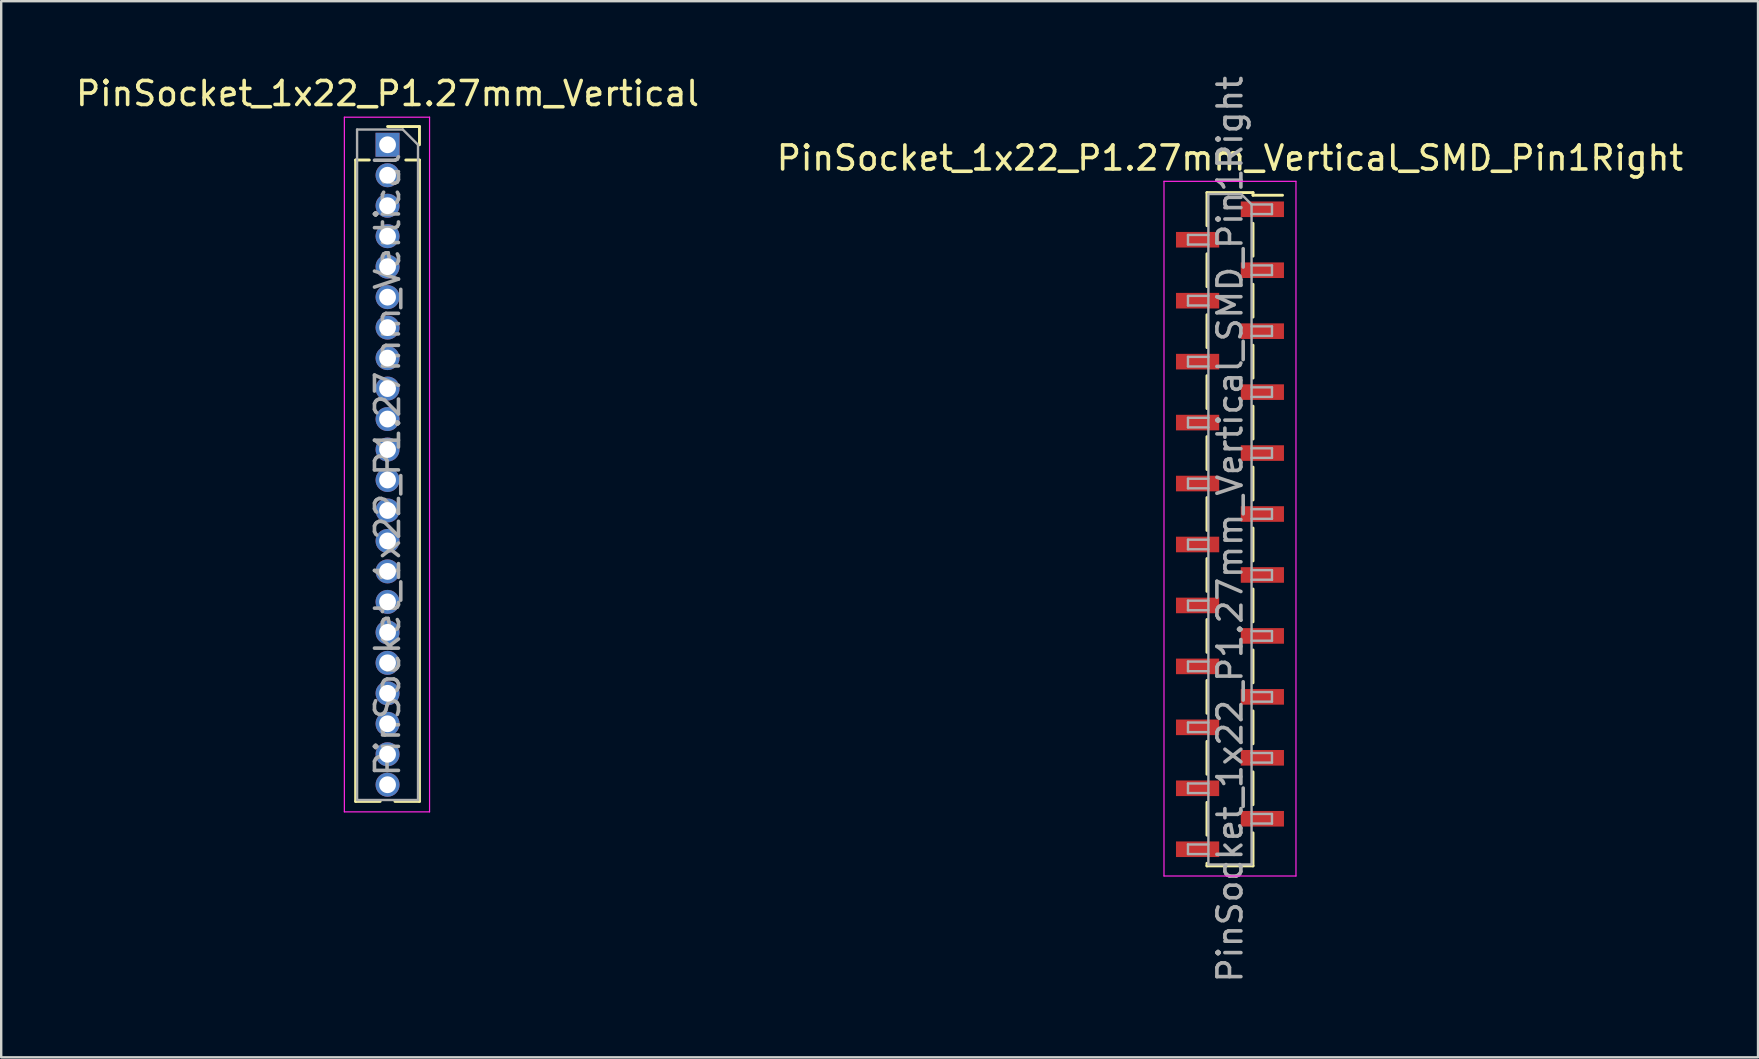
<source format=kicad_pcb>
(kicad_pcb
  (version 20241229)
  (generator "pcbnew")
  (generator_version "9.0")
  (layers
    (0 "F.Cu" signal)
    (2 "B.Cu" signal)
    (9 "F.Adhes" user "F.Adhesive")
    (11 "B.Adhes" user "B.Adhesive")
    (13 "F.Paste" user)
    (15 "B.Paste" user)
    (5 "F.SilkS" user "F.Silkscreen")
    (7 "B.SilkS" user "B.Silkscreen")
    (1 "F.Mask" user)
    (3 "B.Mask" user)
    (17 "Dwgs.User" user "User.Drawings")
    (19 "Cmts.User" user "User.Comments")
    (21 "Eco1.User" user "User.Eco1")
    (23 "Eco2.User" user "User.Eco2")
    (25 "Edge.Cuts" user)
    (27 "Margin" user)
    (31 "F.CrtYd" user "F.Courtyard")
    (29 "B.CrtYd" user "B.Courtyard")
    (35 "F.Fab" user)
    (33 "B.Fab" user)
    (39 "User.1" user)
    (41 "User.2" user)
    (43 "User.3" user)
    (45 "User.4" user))
  (footprint "PinSocket_1x22_P1.27mm_Vertical"
    (layer "F.Cu")
    (at 13.101 2.983)
    (property "Reference" "PinSocket_1x22_P1.27mm_Vertical" (at 0 -2.135 0) (layer "F.SilkS") (effects (font (size 1 1) (thickness 0.15))))
    (attr through_hole)
    (fp_line (start -1.33 0.635) (end -1.33 27.365) (stroke (width 0.12) (type solid)) (layer "F.SilkS"))
    (fp_line (start -1.33 0.635) (end -0.76 0.635) (stroke (width 0.12) (type solid)) (layer "F.SilkS"))
    (fp_line (start -1.33 27.365) (end -0.308 27.365) (stroke (width 0.12) (type solid)) (layer "F.SilkS"))
    (fp_line (start 0 -0.76) (end 1.33 -0.76) (stroke (width 0.12) (type solid)) (layer "F.SilkS"))
    (fp_line (start 0.308 27.365) (end 1.33 27.365) (stroke (width 0.12) (type solid)) (layer "F.SilkS"))
    (fp_line (start 0.76 0.635) (end 1.33 0.635) (stroke (width 0.12) (type solid)) (layer "F.SilkS"))
    (fp_line (start 1.33 -0.76) (end 1.33 0) (stroke (width 0.12) (type solid)) (layer "F.SilkS"))
    (fp_line (start 1.33 0.635) (end 1.33 27.365) (stroke (width 0.12) (type solid)) (layer "F.SilkS"))
    (fp_line (start -1.8 -1.15) (end 1.75 -1.15) (stroke (width 0.05) (type solid)) (layer "F.CrtYd"))
    (fp_line (start -1.8 27.8) (end -1.8 -1.15) (stroke (width 0.05) (type solid)) (layer "F.CrtYd"))
    (fp_line (start 1.75 -1.15) (end 1.75 27.8) (stroke (width 0.05) (type solid)) (layer "F.CrtYd"))
    (fp_line (start 1.75 27.8) (end -1.8 27.8) (stroke (width 0.05) (type solid)) (layer "F.CrtYd"))
    (fp_line (start -1.27 -0.635) (end 0.635 -0.635) (stroke (width 0.1) (type solid)) (layer "F.Fab"))
    (fp_line (start -1.27 27.305) (end -1.27 -0.635) (stroke (width 0.1) (type solid)) (layer "F.Fab"))
    (fp_line (start 0.635 -0.635) (end 1.27 0) (stroke (width 0.1) (type solid)) (layer "F.Fab"))
    (fp_line (start 1.27 0) (end 1.27 27.305) (stroke (width 0.1) (type solid)) (layer "F.Fab"))
    (fp_line (start 1.27 27.305) (end -1.27 27.305) (stroke (width 0.1) (type solid)) (layer "F.Fab"))
    (fp_text user "${REFERENCE}" (at 0 13.335 90) (layer "F.Fab") (effects (font (size 1 1) (thickness 0.15))))
    (pad "1" thru_hole rect (at 0 0) (size 1 1) (drill 0.7) (layers "*.Cu" "*.Mask"))
    (pad "2" thru_hole oval (at 0 1.27) (size 1 1) (drill 0.7) (layers "*.Cu" "*.Mask"))
    (pad "3" thru_hole oval (at 0 2.54) (size 1 1) (drill 0.7) (layers "*.Cu" "*.Mask"))
    (pad "4" thru_hole oval (at 0 3.81) (size 1 1) (drill 0.7) (layers "*.Cu" "*.Mask"))
    (pad "5" thru_hole oval (at 0 5.08) (size 1 1) (drill 0.7) (layers "*.Cu" "*.Mask"))
    (pad "6" thru_hole oval (at 0 6.35) (size 1 1) (drill 0.7) (layers "*.Cu" "*.Mask"))
    (pad "7" thru_hole oval (at 0 7.62) (size 1 1) (drill 0.7) (layers "*.Cu" "*.Mask"))
    (pad "8" thru_hole oval (at 0 8.89) (size 1 1) (drill 0.7) (layers "*.Cu" "*.Mask"))
    (pad "9" thru_hole oval (at 0 10.16) (size 1 1) (drill 0.7) (layers "*.Cu" "*.Mask"))
    (pad "10" thru_hole oval (at 0 11.43) (size 1 1) (drill 0.7) (layers "*.Cu" "*.Mask"))
    (pad "11" thru_hole oval (at 0 12.7) (size 1 1) (drill 0.7) (layers "*.Cu" "*.Mask"))
    (pad "12" thru_hole oval (at 0 13.97) (size 1 1) (drill 0.7) (layers "*.Cu" "*.Mask"))
    (pad "13" thru_hole oval (at 0 15.24) (size 1 1) (drill 0.7) (layers "*.Cu" "*.Mask"))
    (pad "14" thru_hole oval (at 0 16.51) (size 1 1) (drill 0.7) (layers "*.Cu" "*.Mask"))
    (pad "15" thru_hole oval (at 0 17.78) (size 1 1) (drill 0.7) (layers "*.Cu" "*.Mask"))
    (pad "16" thru_hole oval (at 0 19.05) (size 1 1) (drill 0.7) (layers "*.Cu" "*.Mask"))
    (pad "17" thru_hole oval (at 0 20.32) (size 1 1) (drill 0.7) (layers "*.Cu" "*.Mask"))
    (pad "18" thru_hole oval (at 0 21.59) (size 1 1) (drill 0.7) (layers "*.Cu" "*.Mask"))
    (pad "19" thru_hole oval (at 0 22.86) (size 1 1) (drill 0.7) (layers "*.Cu" "*.Mask"))
    (pad "20" thru_hole oval (at 0 24.13) (size 1 1) (drill 0.7) (layers "*.Cu" "*.Mask"))
    (pad "21" thru_hole oval (at 0 25.4) (size 1 1) (drill 0.7) (layers "*.Cu" "*.Mask"))
    (pad "22" thru_hole oval (at 0 26.67) (size 1 1) (drill 0.7) (layers "*.Cu" "*.Mask")))
  (footprint "PinSocket_1x22_P1.27mm_Vertical_SMD_Pin1Right"
    (layer "F.Cu")
    (at 48.208 19.006)
    (property "Reference" "PinSocket_1x22_P1.27mm_Vertical_SMD_Pin1Right" (at 0 -15.47 0) (layer "F.SilkS") (effects (font (size 1 1) (thickness 0.15))))
    (attr smd)
    (fp_line (start -0.96 -14.03) (end -0.96 -12.65) (stroke (width 0.12) (type solid)) (layer "F.SilkS"))
    (fp_line (start -0.96 -14.03) (end 0.96 -14.03) (stroke (width 0.12) (type solid)) (layer "F.SilkS"))
    (fp_line (start -0.96 -11.48) (end -0.96 -10.11) (stroke (width 0.12) (type solid)) (layer "F.SilkS"))
    (fp_line (start -0.96 -8.94) (end -0.96 -7.57) (stroke (width 0.12) (type solid)) (layer "F.SilkS"))
    (fp_line (start -0.96 -6.4) (end -0.96 -5.03) (stroke (width 0.12) (type solid)) (layer "F.SilkS"))
    (fp_line (start -0.96 -3.86) (end -0.96 -2.49) (stroke (width 0.12) (type solid)) (layer "F.SilkS"))
    (fp_line (start -0.96 -1.32) (end -0.96 0.05) (stroke (width 0.12) (type solid)) (layer "F.SilkS"))
    (fp_line (start -0.96 1.22) (end -0.96 2.59) (stroke (width 0.12) (type solid)) (layer "F.SilkS"))
    (fp_line (start -0.96 3.76) (end -0.96 5.13) (stroke (width 0.12) (type solid)) (layer "F.SilkS"))
    (fp_line (start -0.96 6.3) (end -0.96 7.67) (stroke (width 0.12) (type solid)) (layer "F.SilkS"))
    (fp_line (start -0.96 8.84) (end -0.96 10.21) (stroke (width 0.12) (type solid)) (layer "F.SilkS"))
    (fp_line (start -0.96 11.38) (end -0.96 12.75) (stroke (width 0.12) (type solid)) (layer "F.SilkS"))
    (fp_line (start -0.96 13.92) (end -0.96 14.03) (stroke (width 0.12) (type solid)) (layer "F.SilkS"))
    (fp_line (start -0.96 14.03) (end 0.96 14.03) (stroke (width 0.12) (type solid)) (layer "F.SilkS"))
    (fp_line (start 0.96 -14.03) (end 0.96 -13.92) (stroke (width 0.12) (type solid)) (layer "F.SilkS"))
    (fp_line (start 0.96 -13.92) (end 2.19 -13.92) (stroke (width 0.12) (type solid)) (layer "F.SilkS"))
    (fp_line (start 0.96 -12.75) (end 0.96 -11.38) (stroke (width 0.12) (type solid)) (layer "F.SilkS"))
    (fp_line (start 0.96 -10.21) (end 0.96 -8.84) (stroke (width 0.12) (type solid)) (layer "F.SilkS"))
    (fp_line (start 0.96 -7.67) (end 0.96 -6.3) (stroke (width 0.12) (type solid)) (layer "F.SilkS"))
    (fp_line (start 0.96 -5.13) (end 0.96 -3.76) (stroke (width 0.12) (type solid)) (layer "F.SilkS"))
    (fp_line (start 0.96 -2.59) (end 0.96 -1.22) (stroke (width 0.12) (type solid)) (layer "F.SilkS"))
    (fp_line (start 0.96 -0.05) (end 0.96 1.32) (stroke (width 0.12) (type solid)) (layer "F.SilkS"))
    (fp_line (start 0.96 2.49) (end 0.96 3.86) (stroke (width 0.12) (type solid)) (layer "F.SilkS"))
    (fp_line (start 0.96 5.03) (end 0.96 6.4) (stroke (width 0.12) (type solid)) (layer "F.SilkS"))
    (fp_line (start 0.96 7.57) (end 0.96 8.94) (stroke (width 0.12) (type solid)) (layer "F.SilkS"))
    (fp_line (start 0.96 10.11) (end 0.96 11.48) (stroke (width 0.12) (type solid)) (layer "F.SilkS"))
    (fp_line (start 0.96 12.65) (end 0.96 14.03) (stroke (width 0.12) (type solid)) (layer "F.SilkS"))
    (fp_line (start -2.75 -14.5) (end 2.75 -14.5) (stroke (width 0.05) (type solid)) (layer "F.CrtYd"))
    (fp_line (start -2.75 14.45) (end -2.75 -14.5) (stroke (width 0.05) (type solid)) (layer "F.CrtYd"))
    (fp_line (start 2.75 -14.5) (end 2.75 14.45) (stroke (width 0.05) (type solid)) (layer "F.CrtYd"))
    (fp_line (start 2.75 14.45) (end -2.75 14.45) (stroke (width 0.05) (type solid)) (layer "F.CrtYd"))
    (fp_line (start -1.75 -12.265) (end -0.9 -12.265) (stroke (width 0.1) (type solid)) (layer "F.Fab"))
    (fp_line (start -1.75 -11.865) (end -1.75 -12.265) (stroke (width 0.1) (type solid)) (layer "F.Fab"))
    (fp_line (start -1.75 -9.725) (end -0.9 -9.725) (stroke (width 0.1) (type solid)) (layer "F.Fab"))
    (fp_line (start -1.75 -9.325) (end -1.75 -9.725) (stroke (width 0.1) (type solid)) (layer "F.Fab"))
    (fp_line (start -1.75 -7.185) (end -0.9 -7.185) (stroke (width 0.1) (type solid)) (layer "F.Fab"))
    (fp_line (start -1.75 -6.785) (end -1.75 -7.185) (stroke (width 0.1) (type solid)) (layer "F.Fab"))
    (fp_line (start -1.75 -4.645) (end -0.9 -4.645) (stroke (width 0.1) (type solid)) (layer "F.Fab"))
    (fp_line (start -1.75 -4.245) (end -1.75 -4.645) (stroke (width 0.1) (type solid)) (layer "F.Fab"))
    (fp_line (start -1.75 -2.105) (end -0.9 -2.105) (stroke (width 0.1) (type solid)) (layer "F.Fab"))
    (fp_line (start -1.75 -1.705) (end -1.75 -2.105) (stroke (width 0.1) (type solid)) (layer "F.Fab"))
    (fp_line (start -1.75 0.435) (end -0.9 0.435) (stroke (width 0.1) (type solid)) (layer "F.Fab"))
    (fp_line (start -1.75 0.835) (end -1.75 0.435) (stroke (width 0.1) (type solid)) (layer "F.Fab"))
    (fp_line (start -1.75 2.975) (end -0.9 2.975) (stroke (width 0.1) (type solid)) (layer "F.Fab"))
    (fp_line (start -1.75 3.375) (end -1.75 2.975) (stroke (width 0.1) (type solid)) (layer "F.Fab"))
    (fp_line (start -1.75 5.515) (end -0.9 5.515) (stroke (width 0.1) (type solid)) (layer "F.Fab"))
    (fp_line (start -1.75 5.915) (end -1.75 5.515) (stroke (width 0.1) (type solid)) (layer "F.Fab"))
    (fp_line (start -1.75 8.055) (end -0.9 8.055) (stroke (width 0.1) (type solid)) (layer "F.Fab"))
    (fp_line (start -1.75 8.455) (end -1.75 8.055) (stroke (width 0.1) (type solid)) (layer "F.Fab"))
    (fp_line (start -1.75 10.595) (end -0.9 10.595) (stroke (width 0.1) (type solid)) (layer "F.Fab"))
    (fp_line (start -1.75 10.995) (end -1.75 10.595) (stroke (width 0.1) (type solid)) (layer "F.Fab"))
    (fp_line (start -1.75 13.135) (end -0.9 13.135) (stroke (width 0.1) (type solid)) (layer "F.Fab"))
    (fp_line (start -1.75 13.535) (end -1.75 13.135) (stroke (width 0.1) (type solid)) (layer "F.Fab"))
    (fp_line (start -0.9 -13.97) (end 0.465 -13.97) (stroke (width 0.1) (type solid)) (layer "F.Fab"))
    (fp_line (start -0.9 -11.865) (end -1.75 -11.865) (stroke (width 0.1) (type solid)) (layer "F.Fab"))
    (fp_line (start -0.9 -9.325) (end -1.75 -9.325) (stroke (width 0.1) (type solid)) (layer "F.Fab"))
    (fp_line (start -0.9 -6.785) (end -1.75 -6.785) (stroke (width 0.1) (type solid)) (layer "F.Fab"))
    (fp_line (start -0.9 -4.245) (end -1.75 -4.245) (stroke (width 0.1) (type solid)) (layer "F.Fab"))
    (fp_line (start -0.9 -1.705) (end -1.75 -1.705) (stroke (width 0.1) (type solid)) (layer "F.Fab"))
    (fp_line (start -0.9 0.835) (end -1.75 0.835) (stroke (width 0.1) (type solid)) (layer "F.Fab"))
    (fp_line (start -0.9 3.375) (end -1.75 3.375) (stroke (width 0.1) (type solid)) (layer "F.Fab"))
    (fp_line (start -0.9 5.915) (end -1.75 5.915) (stroke (width 0.1) (type solid)) (layer "F.Fab"))
    (fp_line (start -0.9 8.455) (end -1.75 8.455) (stroke (width 0.1) (type solid)) (layer "F.Fab"))
    (fp_line (start -0.9 10.995) (end -1.75 10.995) (stroke (width 0.1) (type solid)) (layer "F.Fab"))
    (fp_line (start -0.9 13.535) (end -1.75 13.535) (stroke (width 0.1) (type solid)) (layer "F.Fab"))
    (fp_line (start -0.9 13.97) (end -0.9 -13.97) (stroke (width 0.1) (type solid)) (layer "F.Fab"))
    (fp_line (start 0.465 -13.97) (end 0.9 -13.535) (stroke (width 0.1) (type solid)) (layer "F.Fab"))
    (fp_line (start 0.9 -13.535) (end 0.9 13.97) (stroke (width 0.1) (type solid)) (layer "F.Fab"))
    (fp_line (start 0.9 -13.535) (end 1.75 -13.535) (stroke (width 0.1) (type solid)) (layer "F.Fab"))
    (fp_line (start 0.9 -10.995) (end 1.75 -10.995) (stroke (width 0.1) (type solid)) (layer "F.Fab"))
    (fp_line (start 0.9 -8.455) (end 1.75 -8.455) (stroke (width 0.1) (type solid)) (layer "F.Fab"))
    (fp_line (start 0.9 -5.915) (end 1.75 -5.915) (stroke (width 0.1) (type solid)) (layer "F.Fab"))
    (fp_line (start 0.9 -3.375) (end 1.75 -3.375) (stroke (width 0.1) (type solid)) (layer "F.Fab"))
    (fp_line (start 0.9 -0.835) (end 1.75 -0.835) (stroke (width 0.1) (type solid)) (layer "F.Fab"))
    (fp_line (start 0.9 1.705) (end 1.75 1.705) (stroke (width 0.1) (type solid)) (layer "F.Fab"))
    (fp_line (start 0.9 4.245) (end 1.75 4.245) (stroke (width 0.1) (type solid)) (layer "F.Fab"))
    (fp_line (start 0.9 6.785) (end 1.75 6.785) (stroke (width 0.1) (type solid)) (layer "F.Fab"))
    (fp_line (start 0.9 9.325) (end 1.75 9.325) (stroke (width 0.1) (type solid)) (layer "F.Fab"))
    (fp_line (start 0.9 11.865) (end 1.75 11.865) (stroke (width 0.1) (type solid)) (layer "F.Fab"))
    (fp_line (start 0.9 13.97) (end -0.9 13.97) (stroke (width 0.1) (type solid)) (layer "F.Fab"))
    (fp_line (start 1.75 -13.535) (end 1.75 -13.135) (stroke (width 0.1) (type solid)) (layer "F.Fab"))
    (fp_line (start 1.75 -13.135) (end 0.9 -13.135) (stroke (width 0.1) (type solid)) (layer "F.Fab"))
    (fp_line (start 1.75 -10.995) (end 1.75 -10.595) (stroke (width 0.1) (type solid)) (layer "F.Fab"))
    (fp_line (start 1.75 -10.595) (end 0.9 -10.595) (stroke (width 0.1) (type solid)) (layer "F.Fab"))
    (fp_line (start 1.75 -8.455) (end 1.75 -8.055) (stroke (width 0.1) (type solid)) (layer "F.Fab"))
    (fp_line (start 1.75 -8.055) (end 0.9 -8.055) (stroke (width 0.1) (type solid)) (layer "F.Fab"))
    (fp_line (start 1.75 -5.915) (end 1.75 -5.515) (stroke (width 0.1) (type solid)) (layer "F.Fab"))
    (fp_line (start 1.75 -5.515) (end 0.9 -5.515) (stroke (width 0.1) (type solid)) (layer "F.Fab"))
    (fp_line (start 1.75 -3.375) (end 1.75 -2.975) (stroke (width 0.1) (type solid)) (layer "F.Fab"))
    (fp_line (start 1.75 -2.975) (end 0.9 -2.975) (stroke (width 0.1) (type solid)) (layer "F.Fab"))
    (fp_line (start 1.75 -0.835) (end 1.75 -0.435) (stroke (width 0.1) (type solid)) (layer "F.Fab"))
    (fp_line (start 1.75 -0.435) (end 0.9 -0.435) (stroke (width 0.1) (type solid)) (layer "F.Fab"))
    (fp_line (start 1.75 1.705) (end 1.75 2.105) (stroke (width 0.1) (type solid)) (layer "F.Fab"))
    (fp_line (start 1.75 2.105) (end 0.9 2.105) (stroke (width 0.1) (type solid)) (layer "F.Fab"))
    (fp_line (start 1.75 4.245) (end 1.75 4.645) (stroke (width 0.1) (type solid)) (layer "F.Fab"))
    (fp_line (start 1.75 4.645) (end 0.9 4.645) (stroke (width 0.1) (type solid)) (layer "F.Fab"))
    (fp_line (start 1.75 6.785) (end 1.75 7.185) (stroke (width 0.1) (type solid)) (layer "F.Fab"))
    (fp_line (start 1.75 7.185) (end 0.9 7.185) (stroke (width 0.1) (type solid)) (layer "F.Fab"))
    (fp_line (start 1.75 9.325) (end 1.75 9.725) (stroke (width 0.1) (type solid)) (layer "F.Fab"))
    (fp_line (start 1.75 9.725) (end 0.9 9.725) (stroke (width 0.1) (type solid)) (layer "F.Fab"))
    (fp_line (start 1.75 11.865) (end 1.75 12.265) (stroke (width 0.1) (type solid)) (layer "F.Fab"))
    (fp_line (start 1.75 12.265) (end 0.9 12.265) (stroke (width 0.1) (type solid)) (layer "F.Fab"))
    (fp_text user "${REFERENCE}" (at 0 0 90) (layer "F.Fab") (effects (font (size 1 1) (thickness 0.15))))
    (pad "1" smd rect (at 1.35 -13.335) (size 1.8 0.65) (layers "F.Cu" "F.Mask" "F.Paste"))
    (pad "2" smd rect (at -1.35 -12.065) (size 1.8 0.65) (layers "F.Cu" "F.Mask" "F.Paste"))
    (pad "3" smd rect (at 1.35 -10.795) (size 1.8 0.65) (layers "F.Cu" "F.Mask" "F.Paste"))
    (pad "4" smd rect (at -1.35 -9.525) (size 1.8 0.65) (layers "F.Cu" "F.Mask" "F.Paste"))
    (pad "5" smd rect (at 1.35 -8.255) (size 1.8 0.65) (layers "F.Cu" "F.Mask" "F.Paste"))
    (pad "6" smd rect (at -1.35 -6.985) (size 1.8 0.65) (layers "F.Cu" "F.Mask" "F.Paste"))
    (pad "7" smd rect (at 1.35 -5.715) (size 1.8 0.65) (layers "F.Cu" "F.Mask" "F.Paste"))
    (pad "8" smd rect (at -1.35 -4.445) (size 1.8 0.65) (layers "F.Cu" "F.Mask" "F.Paste"))
    (pad "9" smd rect (at 1.35 -3.175) (size 1.8 0.65) (layers "F.Cu" "F.Mask" "F.Paste"))
    (pad "10" smd rect (at -1.35 -1.905) (size 1.8 0.65) (layers "F.Cu" "F.Mask" "F.Paste"))
    (pad "11" smd rect (at 1.35 -0.635) (size 1.8 0.65) (layers "F.Cu" "F.Mask" "F.Paste"))
    (pad "12" smd rect (at -1.35 0.635) (size 1.8 0.65) (layers "F.Cu" "F.Mask" "F.Paste"))
    (pad "13" smd rect (at 1.35 1.905) (size 1.8 0.65) (layers "F.Cu" "F.Mask" "F.Paste"))
    (pad "14" smd rect (at -1.35 3.175) (size 1.8 0.65) (layers "F.Cu" "F.Mask" "F.Paste"))
    (pad "15" smd rect (at 1.35 4.445) (size 1.8 0.65) (layers "F.Cu" "F.Mask" "F.Paste"))
    (pad "16" smd rect (at -1.35 5.715) (size 1.8 0.65) (layers "F.Cu" "F.Mask" "F.Paste"))
    (pad "17" smd rect (at 1.35 6.985) (size 1.8 0.65) (layers "F.Cu" "F.Mask" "F.Paste"))
    (pad "18" smd rect (at -1.35 8.255) (size 1.8 0.65) (layers "F.Cu" "F.Mask" "F.Paste"))
    (pad "19" smd rect (at 1.35 9.525) (size 1.8 0.65) (layers "F.Cu" "F.Mask" "F.Paste"))
    (pad "20" smd rect (at -1.35 10.795) (size 1.8 0.65) (layers "F.Cu" "F.Mask" "F.Paste"))
    (pad "21" smd rect (at 1.35 12.065) (size 1.8 0.65) (layers "F.Cu" "F.Mask" "F.Paste"))
    (pad "22" smd rect (at -1.35 13.335) (size 1.8 0.65) (layers "F.Cu" "F.Mask" "F.Paste")))
  (gr_rect
    (start -3 -3)
    (end 70.214 41.012)
    (stroke (width 0.1) (type default))
    (fill no)
    (layer "Edge.Cuts")))
</source>
